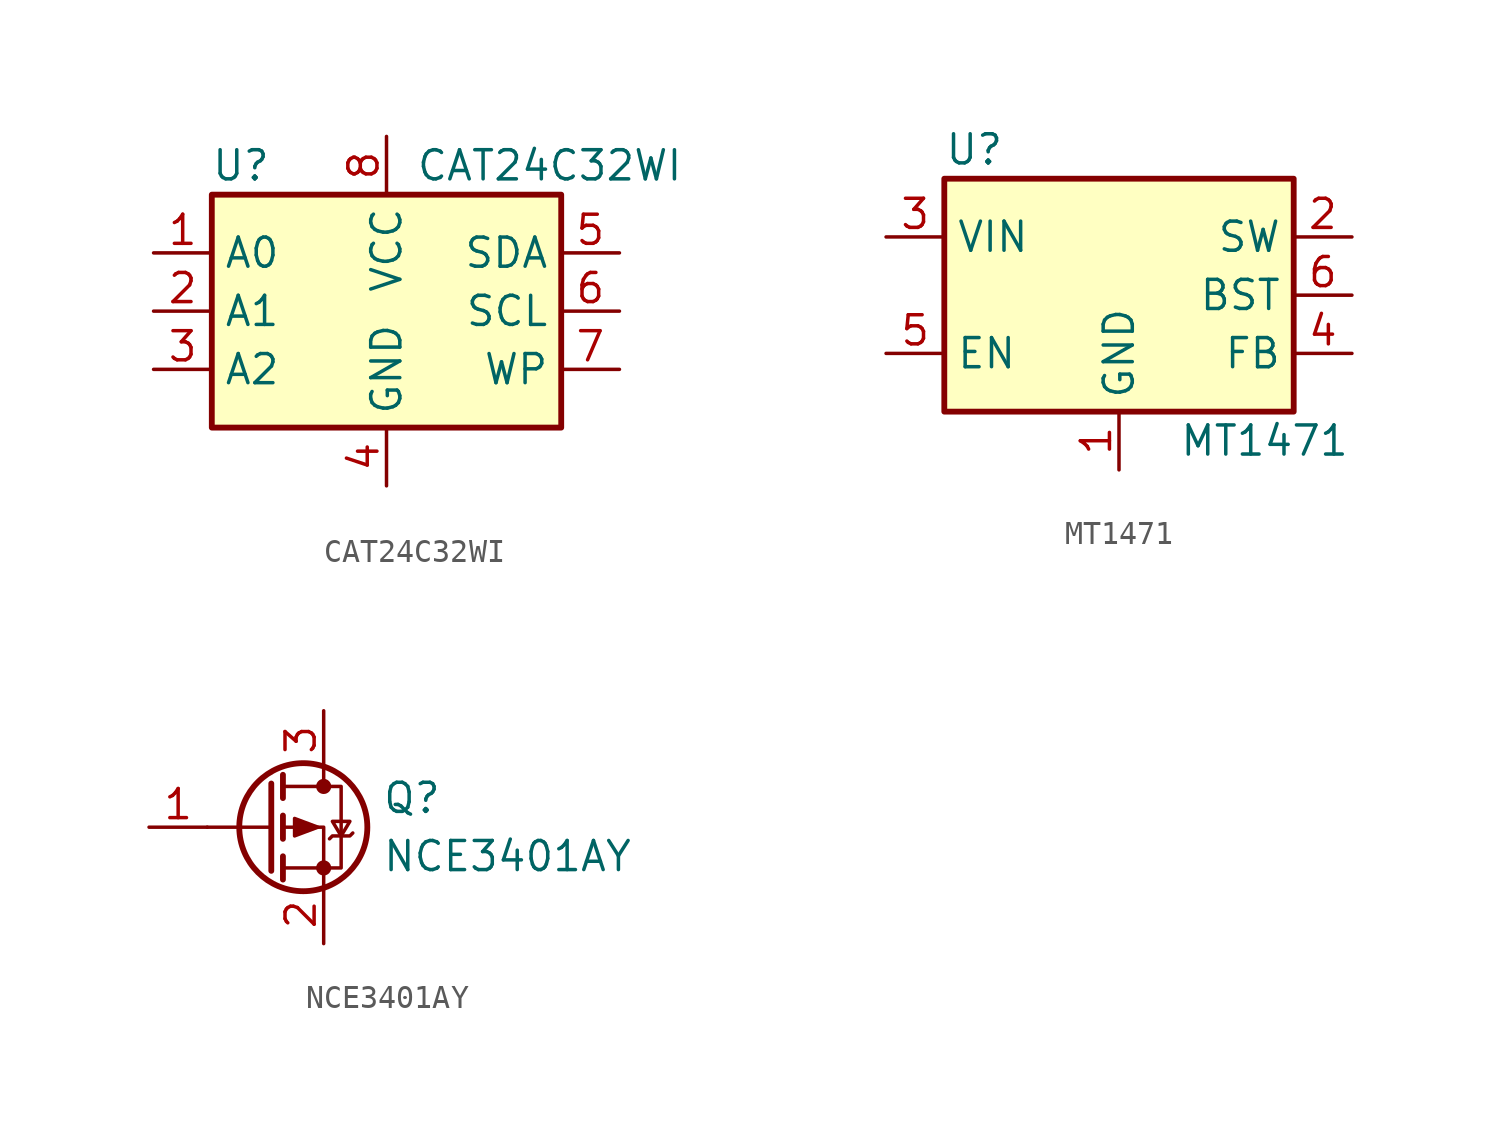
<source format=kicad_sym>
(kicad_symbol_lib
  (version 20211014)
  (generator kicad_symbol_editor)
  (symbol "CAT24C32WI"
    (property "Reference" "U"
      (at -6.35 6.35 0)
      (effects (font (size 1.27 1.27))))
    (property "Value" "CAT24C32WI"
      (at 1.27 6.35 0)
      (effects (font (size 1.27 1.27)) (justify left)))
    (symbol "CAT24C32WI_1_1"
      (rectangle (start -7.62 5.08) (end 7.62 -5.08) (stroke (width 0.254) (type default) (color 0 0 0 0)) (fill (type background)))
      (pin input line (at -10.16 2.54 0) (length 2.54) (name "A0" (effects (font (size 1.27 1.27)))) (number "1" (effects (font (size 1.27 1.27)))))
      (pin input line (at -10.16 0 0) (length 2.54) (name "A1" (effects (font (size 1.27 1.27)))) (number "2" (effects (font (size 1.27 1.27)))))
      (pin input line (at -10.16 -2.54 0) (length 2.54) (name "A2" (effects (font (size 1.27 1.27)))) (number "3" (effects (font (size 1.27 1.27)))))
      (pin power_in line (at 0 -7.62 90) (length 2.54) (name "GND" (effects (font (size 1.27 1.27)))) (number "4" (effects (font (size 1.27 1.27)))))
      (pin bidirectional line (at 10.16 2.54 180) (length 2.54) (name "SDA" (effects (font (size 1.27 1.27)))) (number "5" (effects (font (size 1.27 1.27)))))
      (pin input line (at 10.16 0 180) (length 2.54) (name "SCL" (effects (font (size 1.27 1.27)))) (number "6" (effects (font (size 1.27 1.27)))))
      (pin input line (at 10.16 -2.54 180) (length 2.54) (name "WP" (effects (font (size 1.27 1.27)))) (number "7" (effects (font (size 1.27 1.27)))))
      (pin power_in line (at 0 7.62 270) (length 2.54) (name "VCC" (effects (font (size 1.27 1.27)))) (number "8" (effects (font (size 1.27 1.27)))))))
  (symbol "MT1471"
    (property "Reference" "U"
      (at -7.62 6.35 0)
      (effects (font (size 1.27 1.27)) (justify left)))
    (property "Value" "MT1471"
      (at 6.35 -6.35 0)
      (effects (font (size 1.27 1.27))))
    (symbol "MT1471_0_1"
      (rectangle (start -7.62 5.08) (end 7.62 -5.08) (stroke (width 0.254) (type default) (color 0 0 0 0)) (fill (type background))))
    (symbol "MT1471_1_1"
      (pin power_in line (at 0 -7.62 90) (length 2.54) (name "GND" (effects (font (size 1.27 1.27)))) (number "1" (effects (font (size 1.27 1.27)))))
      (pin output line (at 10.16 2.54 180) (length 2.54) (name "SW" (effects (font (size 1.27 1.27)))) (number "2" (effects (font (size 1.27 1.27)))))
      (pin power_in line (at -10.16 2.54 0) (length 2.54) (name "VIN" (effects (font (size 1.27 1.27)))) (number "3" (effects (font (size 1.27 1.27)))))
      (pin input line (at 10.16 -2.54 180) (length 2.54) (name "FB" (effects (font (size 1.27 1.27)))) (number "4" (effects (font (size 1.27 1.27)))))
      (pin input line (at -10.16 -2.54 0) (length 2.54) (name "EN" (effects (font (size 1.27 1.27)))) (number "5" (effects (font (size 1.27 1.27)))))
      (pin passive line (at 10.16 0 180) (length 2.54) (name "BST" (effects (font (size 1.27 1.27)))) (number "6" (effects (font (size 1.27 1.27)))))))
  (symbol "NCE3401AY"
    (pin_names
      (offset 0) hide)
    (property "Reference" "Q"
      (at 5.08 1.27 0)
      (effects (font (size 1.27 1.27)) (justify left)))
    (property "Value" "NCE3401AY"
      (at 5.08 -1.27 0)
      (effects (font (size 1.27 1.27)) (justify left)))
    (symbol "NCE3401AY_0_1"
      (polyline (pts (xy 0.254 0) (xy -2.54 0)) (stroke (width 0) (type default) (color 0 0 0 0)) (fill (type none)))
      (polyline (pts (xy 0.254 1.905) (xy 0.254 -1.905)) (stroke (width 0.254) (type default) (color 0 0 0 0)) (fill (type none)))
      (polyline (pts (xy 0.762 -1.27) (xy 0.762 -2.286)) (stroke (width 0.254) (type default) (color 0 0 0 0)) (fill (type none)))
      (polyline (pts (xy 0.762 0.508) (xy 0.762 -0.508)) (stroke (width 0.254) (type default) (color 0 0 0 0)) (fill (type none)))
      (polyline (pts (xy 0.762 2.286) (xy 0.762 1.27)) (stroke (width 0.254) (type default) (color 0 0 0 0)) (fill (type none)))
      (polyline (pts (xy 2.54 2.54) (xy 2.54 1.778)) (stroke (width 0) (type default) (color 0 0 0 0)) (fill (type none)))
      (polyline (pts (xy 2.54 -2.54) (xy 2.54 0) (xy 0.762 0)) (stroke (width 0) (type default) (color 0 0 0 0)) (fill (type none)))
      (polyline (pts (xy 0.762 1.778) (xy 3.302 1.778) (xy 3.302 -1.778) (xy 0.762 -1.778)) (stroke (width 0) (type default) (color 0 0 0 0)) (fill (type none)))
      (polyline (pts (xy 2.286 0) (xy 1.27 0.381) (xy 1.27 -0.381) (xy 2.286 0)) (stroke (width 0) (type default) (color 0 0 0 0)) (fill (type outline)))
      (polyline (pts (xy 2.794 -0.508) (xy 2.921 -0.381) (xy 3.683 -0.381) (xy 3.81 -0.254)) (stroke (width 0) (type default) (color 0 0 0 0)) (fill (type none)))
      (polyline (pts (xy 3.302 -0.381) (xy 2.921 0.254) (xy 3.683 0.254) (xy 3.302 -0.381)) (stroke (width 0) (type default) (color 0 0 0 0)) (fill (type none)))
      (circle (center 1.651 0) (radius 2.794) (stroke (width 0.254) (type default) (color 0 0 0 0)) (fill (type none)))
      (circle (center 2.54 -1.778) (radius 0.254) (stroke (width 0) (type default) (color 0 0 0 0)) (fill (type outline)))
      (circle (center 2.54 1.778) (radius 0.254) (stroke (width 0) (type default) (color 0 0 0 0)) (fill (type outline))))
    (symbol "NCE3401AY_1_1"
      (pin input line (at -5.08 0 0) (length 2.54) (name "G" (effects (font (size 1.27 1.27)))) (number "1" (effects (font (size 1.27 1.27)))))
      (pin passive line (at 2.54 -5.08 90) (length 2.54) (name "S" (effects (font (size 1.27 1.27)))) (number "2" (effects (font (size 1.27 1.27)))))
      (pin passive line (at 2.54 5.08 270) (length 2.54) (name "D" (effects (font (size 1.27 1.27)))) (number "3" (effects (font (size 1.27 1.27))))))))
</source>
